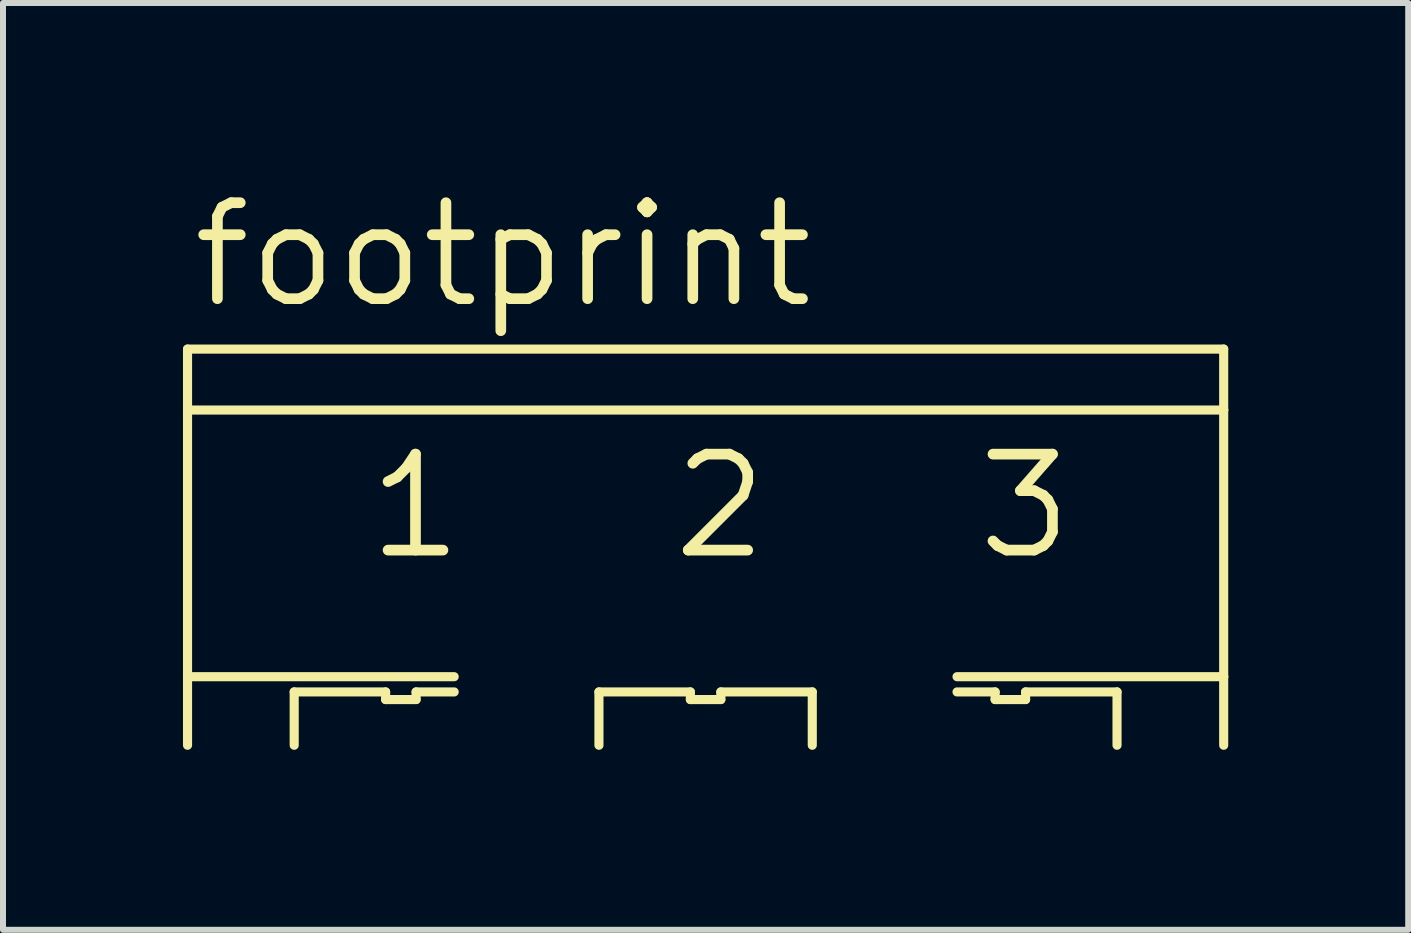
<source format=kicad_pcb>
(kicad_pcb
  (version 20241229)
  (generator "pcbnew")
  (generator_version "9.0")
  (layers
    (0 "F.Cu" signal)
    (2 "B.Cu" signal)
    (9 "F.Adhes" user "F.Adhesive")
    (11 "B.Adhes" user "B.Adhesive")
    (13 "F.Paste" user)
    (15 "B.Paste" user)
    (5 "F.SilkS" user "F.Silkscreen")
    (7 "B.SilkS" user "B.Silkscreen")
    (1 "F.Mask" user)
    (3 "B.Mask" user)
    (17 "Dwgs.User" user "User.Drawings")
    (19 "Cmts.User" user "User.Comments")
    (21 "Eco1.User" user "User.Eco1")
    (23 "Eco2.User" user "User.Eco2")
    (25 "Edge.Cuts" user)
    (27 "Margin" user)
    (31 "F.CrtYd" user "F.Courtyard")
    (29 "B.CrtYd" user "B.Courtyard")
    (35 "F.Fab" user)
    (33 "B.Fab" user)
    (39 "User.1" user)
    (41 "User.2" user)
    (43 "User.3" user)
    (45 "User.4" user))
  (footprint "footprint"
    (layer "F.Cu")
    (at 8.712 6.325)
    (property "Reference" "footprint" (at -8.636 -4.191 0) (layer "F.SilkS") (effects (font (size 1.6 1.6) (thickness 0.178)) (justify left bottom)))
    (fp_line (start -8.636 -3.556) (end 8.636 -3.556) (stroke (width 0.152) (type solid)) (layer "F.SilkS"))
    (fp_line (start -8.636 -2.54) (end -8.636 -3.556) (stroke (width 0.152) (type solid)) (layer "F.SilkS"))
    (fp_line (start -8.636 -2.54) (end 8.636 -2.54) (stroke (width 0.152) (type solid)) (layer "F.SilkS"))
    (fp_line (start -8.636 1.905) (end -8.636 -2.54) (stroke (width 0.152) (type solid)) (layer "F.SilkS"))
    (fp_line (start -8.636 1.905) (end -4.191 1.905) (stroke (width 0.152) (type solid)) (layer "F.SilkS"))
    (fp_line (start -8.636 3.048) (end -8.636 1.905) (stroke (width 0.152) (type solid)) (layer "F.SilkS"))
    (fp_line (start -6.858 2.159) (end -5.334 2.159) (stroke (width 0.152) (type solid)) (layer "F.SilkS"))
    (fp_line (start -6.858 3.048) (end -6.858 2.159) (stroke (width 0.152) (type solid)) (layer "F.SilkS"))
    (fp_line (start -5.334 2.159) (end -5.334 2.286) (stroke (width 0.152) (type solid)) (layer "F.SilkS"))
    (fp_line (start -5.334 2.286) (end -4.826 2.286) (stroke (width 0.152) (type solid)) (layer "F.SilkS"))
    (fp_line (start -4.826 2.159) (end -4.191 2.159) (stroke (width 0.152) (type solid)) (layer "F.SilkS"))
    (fp_line (start -4.826 2.286) (end -4.826 2.159) (stroke (width 0.152) (type solid)) (layer "F.SilkS"))
    (fp_line (start -1.778 2.159) (end -0.254 2.159) (stroke (width 0.152) (type solid)) (layer "F.SilkS"))
    (fp_line (start -1.778 3.048) (end -1.778 2.159) (stroke (width 0.152) (type solid)) (layer "F.SilkS"))
    (fp_line (start -0.254 2.159) (end -0.254 2.286) (stroke (width 0.152) (type solid)) (layer "F.SilkS"))
    (fp_line (start -0.254 2.286) (end 0.254 2.286) (stroke (width 0.152) (type solid)) (layer "F.SilkS"))
    (fp_line (start 0.254 2.159) (end 1.778 2.159) (stroke (width 0.152) (type solid)) (layer "F.SilkS"))
    (fp_line (start 0.254 2.286) (end 0.254 2.159) (stroke (width 0.152) (type solid)) (layer "F.SilkS"))
    (fp_line (start 1.778 2.159) (end 1.778 3.048) (stroke (width 0.152) (type solid)) (layer "F.SilkS"))
    (fp_line (start 4.191 1.905) (end 8.636 1.905) (stroke (width 0.152) (type solid)) (layer "F.SilkS"))
    (fp_line (start 4.191 2.159) (end 4.826 2.159) (stroke (width 0.152) (type solid)) (layer "F.SilkS"))
    (fp_line (start 4.826 2.159) (end 4.826 2.286) (stroke (width 0.152) (type solid)) (layer "F.SilkS"))
    (fp_line (start 4.826 2.286) (end 5.334 2.286) (stroke (width 0.152) (type solid)) (layer "F.SilkS"))
    (fp_line (start 5.334 2.159) (end 6.858 2.159) (stroke (width 0.152) (type solid)) (layer "F.SilkS"))
    (fp_line (start 5.334 2.286) (end 5.334 2.159) (stroke (width 0.152) (type solid)) (layer "F.SilkS"))
    (fp_line (start 6.858 2.159) (end 6.858 3.048) (stroke (width 0.152) (type solid)) (layer "F.SilkS"))
    (fp_line (start 8.636 -2.54) (end 8.636 -3.556) (stroke (width 0.152) (type solid)) (layer "F.SilkS"))
    (fp_line (start 8.636 1.905) (end 8.636 -2.54) (stroke (width 0.152) (type solid)) (layer "F.SilkS"))
    (fp_line (start 8.636 3.048) (end 8.636 1.905) (stroke (width 0.152) (type solid)) (layer "F.SilkS"))
    (fp_text user "2" (at -0.635 0 0) (layer "F.SilkS") (effects (font (size 1.6 1.6) (thickness 0.178)) (justify left bottom)))
    (fp_text user "3" (at 4.445 0 0) (layer "F.SilkS") (effects (font (size 1.6 1.6) (thickness 0.178)) (justify left bottom)))
    (fp_text user "1" (at -5.715 0 0) (layer "F.SilkS") (effects (font (size 1.6 1.6) (thickness 0.178)) (justify left bottom))))
  (gr_rect
    (start -3 -3)
    (end 20.424 12.449)
    (stroke (width 0.1) (type default))
    (fill no)
    (layer "Edge.Cuts")))
</source>
